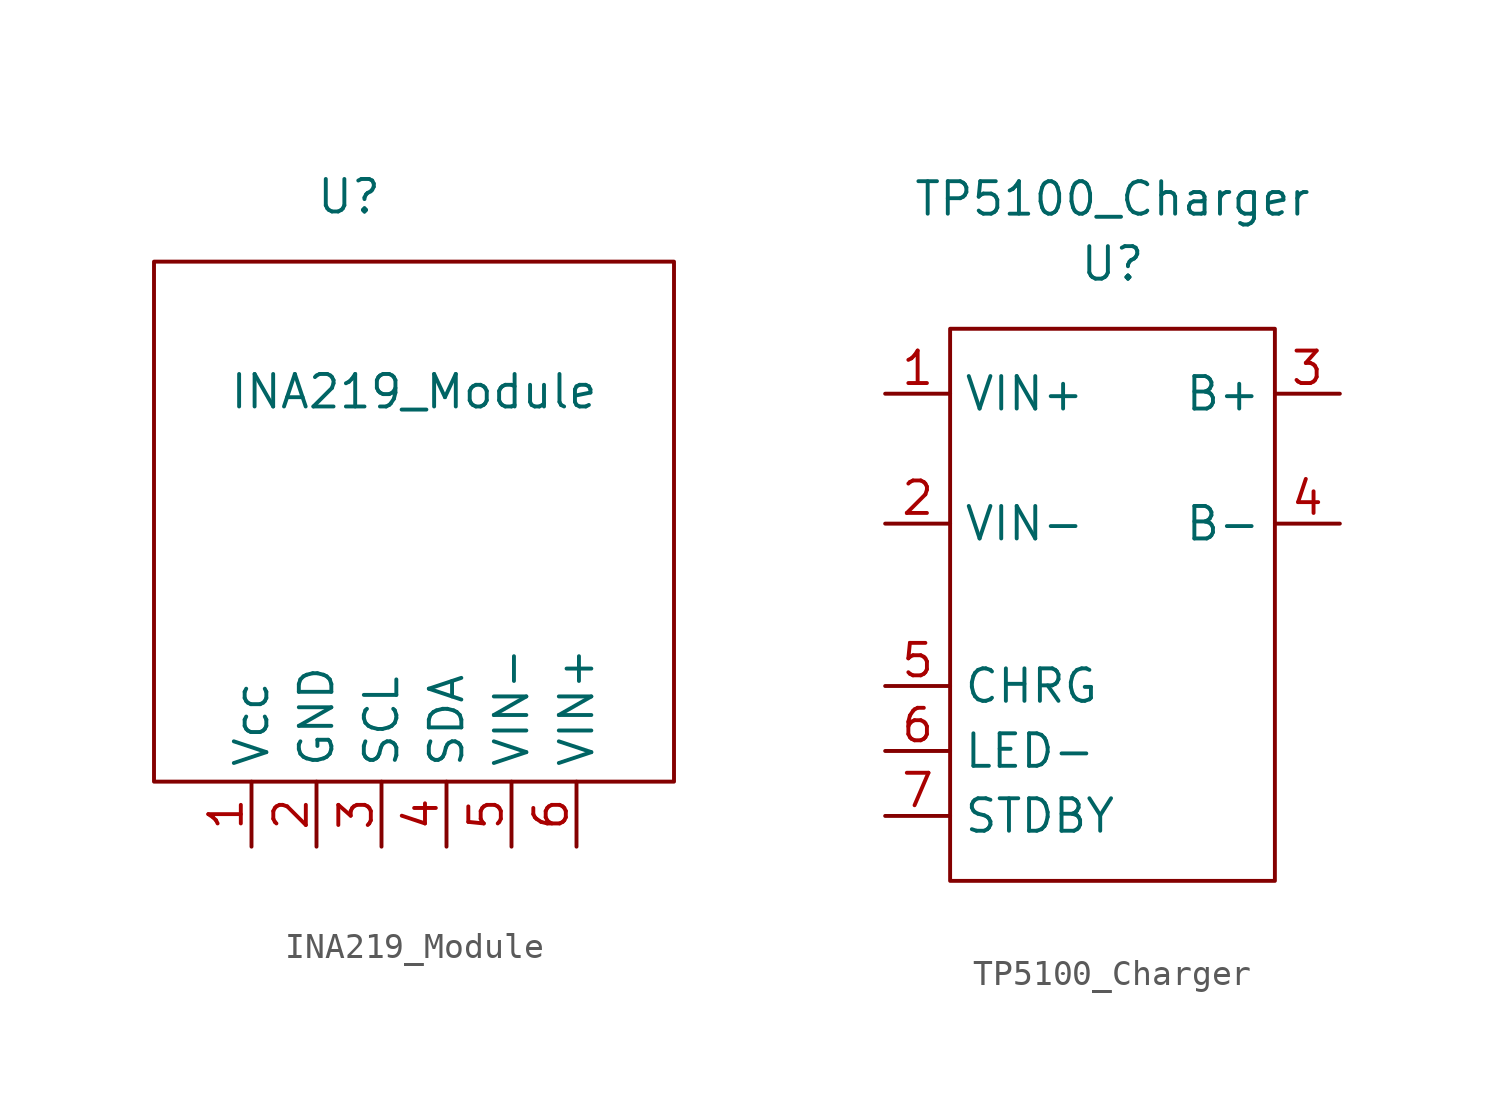
<source format=kicad_sym>
(kicad_symbol_lib
  (version 20220914)
  (generator kicad_symbol_editor)
  (symbol "INA219_Module"
    (property "Reference" "U"
      (at 0 0 0)
      (effects (font (size 1.27 1.27))))
    (property "Value" "INA219_Module"
      (at 2.54 -7.62 0)
      (effects (font (size 1.27 1.27))))
    (symbol "INA219_Module_0_1"
      (rectangle (start -7.62 -2.54) (end 12.7 -22.86) (stroke (width 0) (type default)) (fill (type none))))
    (symbol "INA219_Module_1_1"
      (pin power_in line (at -3.81 -25.4 90) (length 2.54) (name "Vcc" (effects (font (size 1.27 1.27)))) (number "1" (effects (font (size 1.27 1.27)))))
      (pin power_in line (at -1.27 -25.4 90) (length 2.54) (name "GND" (effects (font (size 1.27 1.27)))) (number "2" (effects (font (size 1.27 1.27)))))
      (pin input line (at 1.27 -25.4 90) (length 2.54) (name "SCL" (effects (font (size 1.27 1.27)))) (number "3" (effects (font (size 1.27 1.27)))))
      (pin bidirectional line (at 3.81 -25.4 90) (length 2.54) (name "SDA" (effects (font (size 1.27 1.27)))) (number "4" (effects (font (size 1.27 1.27)))))
      (pin output line (at 6.35 -25.4 90) (length 2.54) (name "VIN-" (effects (font (size 1.27 1.27)))) (number "5" (effects (font (size 1.27 1.27)))))
      (pin input line (at 8.89 -25.4 90) (length 2.54) (name "VIN+" (effects (font (size 1.27 1.27)))) (number "6" (effects (font (size 1.27 1.27)))))))
  (symbol "TP5100_Charger"
    (property "Reference" "U"
      (at 0 0 0)
      (effects (font (size 1.27 1.27))))
    (property "Value" "TP5100_Charger"
      (at 0 2.54 0)
      (effects (font (size 1.27 1.27))))
    (symbol "TP5100_Charger_0_1"
      (rectangle (start -6.35 -2.54) (end 6.35 -24.13) (stroke (width 0) (type default)) (fill (type none))))
    (symbol "TP5100_Charger_1_1"
      (pin power_in line (at -8.89 -5.08 0) (length 2.54) (name "VIN+" (effects (font (size 1.27 1.27)))) (number "1" (effects (font (size 1.27 1.27)))))
      (pin power_in line (at -8.89 -10.16 0) (length 2.54) (name "VIN-" (effects (font (size 1.27 1.27)))) (number "2" (effects (font (size 1.27 1.27)))))
      (pin power_out line (at 8.89 -5.08 180) (length 2.54) (name "B+" (effects (font (size 1.27 1.27)))) (number "3" (effects (font (size 1.27 1.27)))))
      (pin power_out line (at 8.89 -10.16 180) (length 2.54) (name "B-" (effects (font (size 1.27 1.27)))) (number "4" (effects (font (size 1.27 1.27)))))
      (pin output line (at -8.89 -16.51 0) (length 2.54) (name "CHRG" (effects (font (size 1.27 1.27)))) (number "5" (effects (font (size 1.27 1.27)))))
      (pin output line (at -8.89 -19.05 0) (length 2.54) (name "LED-" (effects (font (size 1.27 1.27)))) (number "6" (effects (font (size 1.27 1.27)))))
      (pin output line (at -8.89 -21.59 0) (length 2.54) (name "STDBY" (effects (font (size 1.27 1.27)))) (number "7" (effects (font (size 1.27 1.27))))))))
</source>
